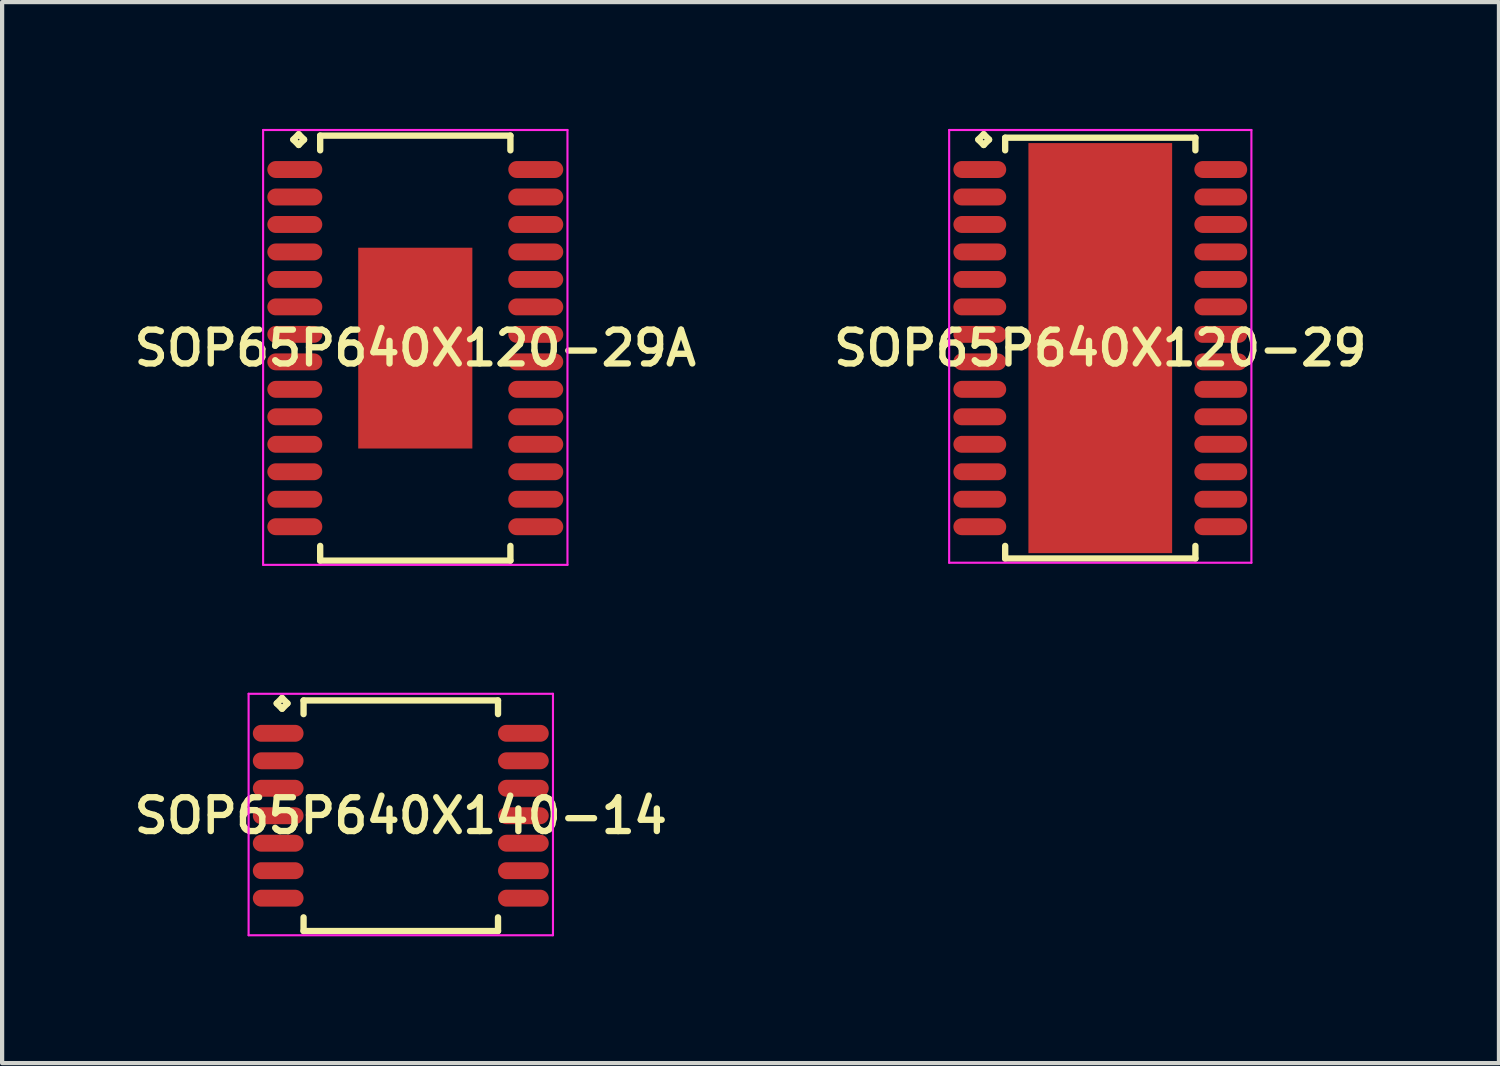
<source format=kicad_pcb>
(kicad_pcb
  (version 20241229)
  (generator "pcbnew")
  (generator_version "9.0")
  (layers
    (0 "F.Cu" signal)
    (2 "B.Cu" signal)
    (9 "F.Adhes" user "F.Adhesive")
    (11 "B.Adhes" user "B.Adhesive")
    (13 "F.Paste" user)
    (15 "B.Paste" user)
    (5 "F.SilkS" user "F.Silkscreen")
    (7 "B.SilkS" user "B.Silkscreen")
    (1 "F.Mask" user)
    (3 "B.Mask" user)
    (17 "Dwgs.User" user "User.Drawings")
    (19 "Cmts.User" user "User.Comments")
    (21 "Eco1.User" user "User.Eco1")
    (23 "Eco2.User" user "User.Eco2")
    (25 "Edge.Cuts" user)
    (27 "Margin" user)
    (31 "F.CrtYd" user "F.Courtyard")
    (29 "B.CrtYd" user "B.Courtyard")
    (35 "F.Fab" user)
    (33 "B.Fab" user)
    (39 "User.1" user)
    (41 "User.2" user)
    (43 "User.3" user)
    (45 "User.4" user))
  (footprint "SOP65P640X120-29A"
    (layer "F.Cu")
    (at 6.774 5.185)
    (property "Reference" "SOP65P640X120-29A" (at 0 0 0) (layer "F.SilkS") (effects (font (size 0.8 0.8) (thickness 0.15))))
    (attr smd)
    (fp_line (start -2.885 -4.933) (end -2.758 -5.06) (stroke (width 0.15) (type solid)) (layer "F.SilkS"))
    (fp_line (start -2.758 -5.06) (end -2.631 -4.933) (stroke (width 0.15) (type solid)) (layer "F.SilkS"))
    (fp_line (start -2.758 -4.806) (end -2.885 -4.933) (stroke (width 0.15) (type solid)) (layer "F.SilkS"))
    (fp_line (start -2.631 -4.933) (end -2.758 -4.806) (stroke (width 0.15) (type solid)) (layer "F.SilkS"))
    (fp_line (start -2.25 -5.027) (end 2.25 -5.027) (stroke (width 0.15) (type solid)) (layer "F.SilkS"))
    (fp_line (start -2.25 -4.679) (end -2.25 -5.027) (stroke (width 0.15) (type solid)) (layer "F.SilkS"))
    (fp_line (start -2.25 4.679) (end -2.25 5.027) (stroke (width 0.15) (type solid)) (layer "F.SilkS"))
    (fp_line (start -2.25 5.027) (end 2.25 5.027) (stroke (width 0.15) (type solid)) (layer "F.SilkS"))
    (fp_line (start 2.25 -5.027) (end 2.25 -4.679) (stroke (width 0.15) (type solid)) (layer "F.SilkS"))
    (fp_line (start 2.25 5.027) (end 2.25 4.679) (stroke (width 0.15) (type solid)) (layer "F.SilkS"))
    (fp_line (start -3.6 -5.16) (end 3.6 -5.16) (stroke (width 0.05) (type solid)) (layer "F.CrtYd"))
    (fp_line (start -3.6 5.127) (end -3.6 -5.16) (stroke (width 0.05) (type solid)) (layer "F.CrtYd"))
    (fp_line (start 3.6 -5.16) (end 3.6 5.127) (stroke (width 0.05) (type solid)) (layer "F.CrtYd"))
    (fp_line (start 3.6 5.127) (end -3.6 5.127) (stroke (width 0.05) (type solid)) (layer "F.CrtYd"))
    (pad "1" smd oval (at -2.85 -4.225) (size 1.3 0.4) (layers "F.Cu" "F.Mask" "F.Paste"))
    (pad "2" smd oval (at -2.85 -3.575) (size 1.3 0.4) (layers "F.Cu" "F.Mask" "F.Paste"))
    (pad "3" smd oval (at -2.85 -2.925) (size 1.3 0.4) (layers "F.Cu" "F.Mask" "F.Paste"))
    (pad "4" smd oval (at -2.85 -2.275) (size 1.3 0.4) (layers "F.Cu" "F.Mask" "F.Paste"))
    (pad "5" smd oval (at -2.85 -1.625) (size 1.3 0.4) (layers "F.Cu" "F.Mask" "F.Paste"))
    (pad "6" smd oval (at -2.85 -0.975) (size 1.3 0.4) (layers "F.Cu" "F.Mask" "F.Paste"))
    (pad "7" smd oval (at -2.85 -0.325) (size 1.3 0.4) (layers "F.Cu" "F.Mask" "F.Paste"))
    (pad "8" smd oval (at -2.85 0.325) (size 1.3 0.4) (layers "F.Cu" "F.Mask" "F.Paste"))
    (pad "9" smd oval (at -2.85 0.975) (size 1.3 0.4) (layers "F.Cu" "F.Mask" "F.Paste"))
    (pad "10" smd oval (at -2.85 1.625) (size 1.3 0.4) (layers "F.Cu" "F.Mask" "F.Paste"))
    (pad "11" smd oval (at -2.85 2.275) (size 1.3 0.4) (layers "F.Cu" "F.Mask" "F.Paste"))
    (pad "12" smd oval (at -2.85 2.925) (size 1.3 0.4) (layers "F.Cu" "F.Mask" "F.Paste"))
    (pad "13" smd oval (at -2.85 3.575) (size 1.3 0.4) (layers "F.Cu" "F.Mask" "F.Paste"))
    (pad "14" smd oval (at -2.85 4.225) (size 1.3 0.4) (layers "F.Cu" "F.Mask" "F.Paste"))
    (pad "15" smd oval (at 2.85 4.225) (size 1.3 0.4) (layers "F.Cu" "F.Mask" "F.Paste"))
    (pad "16" smd oval (at 2.85 3.575) (size 1.3 0.4) (layers "F.Cu" "F.Mask" "F.Paste"))
    (pad "17" smd oval (at 2.85 2.925) (size 1.3 0.4) (layers "F.Cu" "F.Mask" "F.Paste"))
    (pad "18" smd oval (at 2.85 2.275) (size 1.3 0.4) (layers "F.Cu" "F.Mask" "F.Paste"))
    (pad "19" smd oval (at 2.85 1.625) (size 1.3 0.4) (layers "F.Cu" "F.Mask" "F.Paste"))
    (pad "20" smd oval (at 2.85 0.975) (size 1.3 0.4) (layers "F.Cu" "F.Mask" "F.Paste"))
    (pad "21" smd oval (at 2.85 0.325) (size 1.3 0.4) (layers "F.Cu" "F.Mask" "F.Paste"))
    (pad "22" smd oval (at 2.85 -0.325) (size 1.3 0.4) (layers "F.Cu" "F.Mask" "F.Paste"))
    (pad "23" smd oval (at 2.85 -0.975) (size 1.3 0.4) (layers "F.Cu" "F.Mask" "F.Paste"))
    (pad "24" smd oval (at 2.85 -1.625) (size 1.3 0.4) (layers "F.Cu" "F.Mask" "F.Paste"))
    (pad "25" smd oval (at 2.85 -2.275) (size 1.3 0.4) (layers "F.Cu" "F.Mask" "F.Paste"))
    (pad "26" smd oval (at 2.85 -2.925) (size 1.3 0.4) (layers "F.Cu" "F.Mask" "F.Paste"))
    (pad "27" smd oval (at 2.85 -3.575) (size 1.3 0.4) (layers "F.Cu" "F.Mask" "F.Paste"))
    (pad "28" smd oval (at 2.85 -4.225) (size 1.3 0.4) (layers "F.Cu" "F.Mask" "F.Paste"))
    (pad "29" smd rect (at 0 0) (size 2.7 4.75) (layers "F.Cu" "F.Mask" "F.Paste")))
  (footprint "SOP65P640X140-14"
    (layer "F.Cu")
    (at 6.431 16.247)
    (property "Reference" "SOP65P640X140-14" (at 0 0 0) (layer "F.SilkS") (effects (font (size 0.8 0.8) (thickness 0.15))))
    (attr smd)
    (fp_line (start -2.935 -2.658) (end -2.808 -2.785) (stroke (width 0.15) (type solid)) (layer "F.SilkS"))
    (fp_line (start -2.808 -2.785) (end -2.681 -2.658) (stroke (width 0.15) (type solid)) (layer "F.SilkS"))
    (fp_line (start -2.808 -2.531) (end -2.935 -2.658) (stroke (width 0.15) (type solid)) (layer "F.SilkS"))
    (fp_line (start -2.681 -2.658) (end -2.808 -2.531) (stroke (width 0.15) (type solid)) (layer "F.SilkS"))
    (fp_line (start -2.3 -2.727) (end 2.3 -2.727) (stroke (width 0.15) (type solid)) (layer "F.SilkS"))
    (fp_line (start -2.3 -2.404) (end -2.3 -2.727) (stroke (width 0.15) (type solid)) (layer "F.SilkS"))
    (fp_line (start -2.3 2.404) (end -2.3 2.727) (stroke (width 0.15) (type solid)) (layer "F.SilkS"))
    (fp_line (start -2.3 2.727) (end 2.3 2.727) (stroke (width 0.15) (type solid)) (layer "F.SilkS"))
    (fp_line (start 2.3 -2.727) (end 2.3 -2.404) (stroke (width 0.15) (type solid)) (layer "F.SilkS"))
    (fp_line (start 2.3 2.727) (end 2.3 2.404) (stroke (width 0.15) (type solid)) (layer "F.SilkS"))
    (fp_line (start -3.6 -2.885) (end 3.6 -2.885) (stroke (width 0.05) (type solid)) (layer "F.CrtYd"))
    (fp_line (start -3.6 2.827) (end -3.6 -2.885) (stroke (width 0.05) (type solid)) (layer "F.CrtYd"))
    (fp_line (start 3.6 -2.885) (end 3.6 2.827) (stroke (width 0.05) (type solid)) (layer "F.CrtYd"))
    (fp_line (start 3.6 2.827) (end -3.6 2.827) (stroke (width 0.05) (type solid)) (layer "F.CrtYd"))
    (pad "1" smd oval (at -2.9 -1.95) (size 1.2 0.4) (layers "F.Cu" "F.Mask" "F.Paste"))
    (pad "2" smd oval (at -2.9 -1.3) (size 1.2 0.4) (layers "F.Cu" "F.Mask" "F.Paste"))
    (pad "3" smd oval (at -2.9 -0.65) (size 1.2 0.4) (layers "F.Cu" "F.Mask" "F.Paste"))
    (pad "4" smd oval (at -2.9 0) (size 1.2 0.4) (layers "F.Cu" "F.Mask" "F.Paste"))
    (pad "5" smd oval (at -2.9 0.65) (size 1.2 0.4) (layers "F.Cu" "F.Mask" "F.Paste"))
    (pad "6" smd oval (at -2.9 1.3) (size 1.2 0.4) (layers "F.Cu" "F.Mask" "F.Paste"))
    (pad "7" smd oval (at -2.9 1.95) (size 1.2 0.4) (layers "F.Cu" "F.Mask" "F.Paste"))
    (pad "8" smd oval (at 2.9 1.95) (size 1.2 0.4) (layers "F.Cu" "F.Mask" "F.Paste"))
    (pad "9" smd oval (at 2.9 1.3) (size 1.2 0.4) (layers "F.Cu" "F.Mask" "F.Paste"))
    (pad "10" smd oval (at 2.9 0.65) (size 1.2 0.4) (layers "F.Cu" "F.Mask" "F.Paste"))
    (pad "11" smd oval (at 2.9 0) (size 1.2 0.4) (layers "F.Cu" "F.Mask" "F.Paste"))
    (pad "12" smd oval (at 2.9 -0.65) (size 1.2 0.4) (layers "F.Cu" "F.Mask" "F.Paste"))
    (pad "13" smd oval (at 2.9 -1.3) (size 1.2 0.4) (layers "F.Cu" "F.Mask" "F.Paste"))
    (pad "14" smd oval (at 2.9 -1.95) (size 1.2 0.4) (layers "F.Cu" "F.Mask" "F.Paste")))
  (footprint "SOP65P640X120-29"
    (layer "F.Cu")
    (at 22.978 5.185)
    (property "Reference" "SOP65P640X120-29" (at 0 0 0) (layer "F.SilkS") (effects (font (size 0.8 0.8) (thickness 0.15))))
    (attr smd)
    (fp_line (start -2.885 -4.933) (end -2.758 -5.06) (stroke (width 0.15) (type solid)) (layer "F.SilkS"))
    (fp_line (start -2.758 -5.06) (end -2.631 -4.933) (stroke (width 0.15) (type solid)) (layer "F.SilkS"))
    (fp_line (start -2.758 -4.806) (end -2.885 -4.933) (stroke (width 0.15) (type solid)) (layer "F.SilkS"))
    (fp_line (start -2.631 -4.933) (end -2.758 -4.806) (stroke (width 0.15) (type solid)) (layer "F.SilkS"))
    (fp_line (start -2.25 -4.977) (end 2.25 -4.977) (stroke (width 0.15) (type solid)) (layer "F.SilkS"))
    (fp_line (start -2.25 -4.679) (end -2.25 -4.977) (stroke (width 0.15) (type solid)) (layer "F.SilkS"))
    (fp_line (start -2.25 4.679) (end -2.25 4.977) (stroke (width 0.15) (type solid)) (layer "F.SilkS"))
    (fp_line (start -2.25 4.977) (end 2.25 4.977) (stroke (width 0.15) (type solid)) (layer "F.SilkS"))
    (fp_line (start 2.25 -4.977) (end 2.25 -4.679) (stroke (width 0.15) (type solid)) (layer "F.SilkS"))
    (fp_line (start 2.25 4.977) (end 2.25 4.679) (stroke (width 0.15) (type solid)) (layer "F.SilkS"))
    (fp_line (start -3.575 -5.16) (end 3.575 -5.16) (stroke (width 0.05) (type solid)) (layer "F.CrtYd"))
    (fp_line (start -3.575 5.077) (end -3.575 -5.16) (stroke (width 0.05) (type solid)) (layer "F.CrtYd"))
    (fp_line (start 3.575 -5.16) (end 3.575 5.077) (stroke (width 0.05) (type solid)) (layer "F.CrtYd"))
    (fp_line (start 3.575 5.077) (end -3.575 5.077) (stroke (width 0.05) (type solid)) (layer "F.CrtYd"))
    (pad "1" smd oval (at -2.85 -4.225) (size 1.25 0.4) (layers "F.Cu" "F.Mask" "F.Paste"))
    (pad "2" smd oval (at -2.85 -3.575) (size 1.25 0.4) (layers "F.Cu" "F.Mask" "F.Paste"))
    (pad "3" smd oval (at -2.85 -2.925) (size 1.25 0.4) (layers "F.Cu" "F.Mask" "F.Paste"))
    (pad "4" smd oval (at -2.85 -2.275) (size 1.25 0.4) (layers "F.Cu" "F.Mask" "F.Paste"))
    (pad "5" smd oval (at -2.85 -1.625) (size 1.25 0.4) (layers "F.Cu" "F.Mask" "F.Paste"))
    (pad "6" smd oval (at -2.85 -0.975) (size 1.25 0.4) (layers "F.Cu" "F.Mask" "F.Paste"))
    (pad "7" smd oval (at -2.85 -0.325) (size 1.25 0.4) (layers "F.Cu" "F.Mask" "F.Paste"))
    (pad "8" smd oval (at -2.85 0.325) (size 1.25 0.4) (layers "F.Cu" "F.Mask" "F.Paste"))
    (pad "9" smd oval (at -2.85 0.975) (size 1.25 0.4) (layers "F.Cu" "F.Mask" "F.Paste"))
    (pad "10" smd oval (at -2.85 1.625) (size 1.25 0.4) (layers "F.Cu" "F.Mask" "F.Paste"))
    (pad "11" smd oval (at -2.85 2.275) (size 1.25 0.4) (layers "F.Cu" "F.Mask" "F.Paste"))
    (pad "12" smd oval (at -2.85 2.925) (size 1.25 0.4) (layers "F.Cu" "F.Mask" "F.Paste"))
    (pad "13" smd oval (at -2.85 3.575) (size 1.25 0.4) (layers "F.Cu" "F.Mask" "F.Paste"))
    (pad "14" smd oval (at -2.85 4.225) (size 1.25 0.4) (layers "F.Cu" "F.Mask" "F.Paste"))
    (pad "15" smd oval (at 2.85 4.225) (size 1.25 0.4) (layers "F.Cu" "F.Mask" "F.Paste"))
    (pad "16" smd oval (at 2.85 3.575) (size 1.25 0.4) (layers "F.Cu" "F.Mask" "F.Paste"))
    (pad "17" smd oval (at 2.85 2.925) (size 1.25 0.4) (layers "F.Cu" "F.Mask" "F.Paste"))
    (pad "18" smd oval (at 2.85 2.275) (size 1.25 0.4) (layers "F.Cu" "F.Mask" "F.Paste"))
    (pad "19" smd oval (at 2.85 1.625) (size 1.25 0.4) (layers "F.Cu" "F.Mask" "F.Paste"))
    (pad "20" smd oval (at 2.85 0.975) (size 1.25 0.4) (layers "F.Cu" "F.Mask" "F.Paste"))
    (pad "21" smd oval (at 2.85 0.325) (size 1.25 0.4) (layers "F.Cu" "F.Mask" "F.Paste"))
    (pad "22" smd oval (at 2.85 -0.325) (size 1.25 0.4) (layers "F.Cu" "F.Mask" "F.Paste"))
    (pad "23" smd oval (at 2.85 -0.975) (size 1.25 0.4) (layers "F.Cu" "F.Mask" "F.Paste"))
    (pad "24" smd oval (at 2.85 -1.625) (size 1.25 0.4) (layers "F.Cu" "F.Mask" "F.Paste"))
    (pad "25" smd oval (at 2.85 -2.275) (size 1.25 0.4) (layers "F.Cu" "F.Mask" "F.Paste"))
    (pad "26" smd oval (at 2.85 -2.925) (size 1.25 0.4) (layers "F.Cu" "F.Mask" "F.Paste"))
    (pad "27" smd oval (at 2.85 -3.575) (size 1.25 0.4) (layers "F.Cu" "F.Mask" "F.Paste"))
    (pad "28" smd oval (at 2.85 -4.225) (size 1.25 0.4) (layers "F.Cu" "F.Mask" "F.Paste"))
    (pad "29" smd rect (at 0 0) (size 3.4 9.7) (layers "F.Cu" "F.Mask" "F.Paste")))
  (gr_rect
    (start -3 -3)
    (end 32.409 22.099)
    (stroke (width 0.1) (type default))
    (fill no)
    (layer "Edge.Cuts")))
</source>
